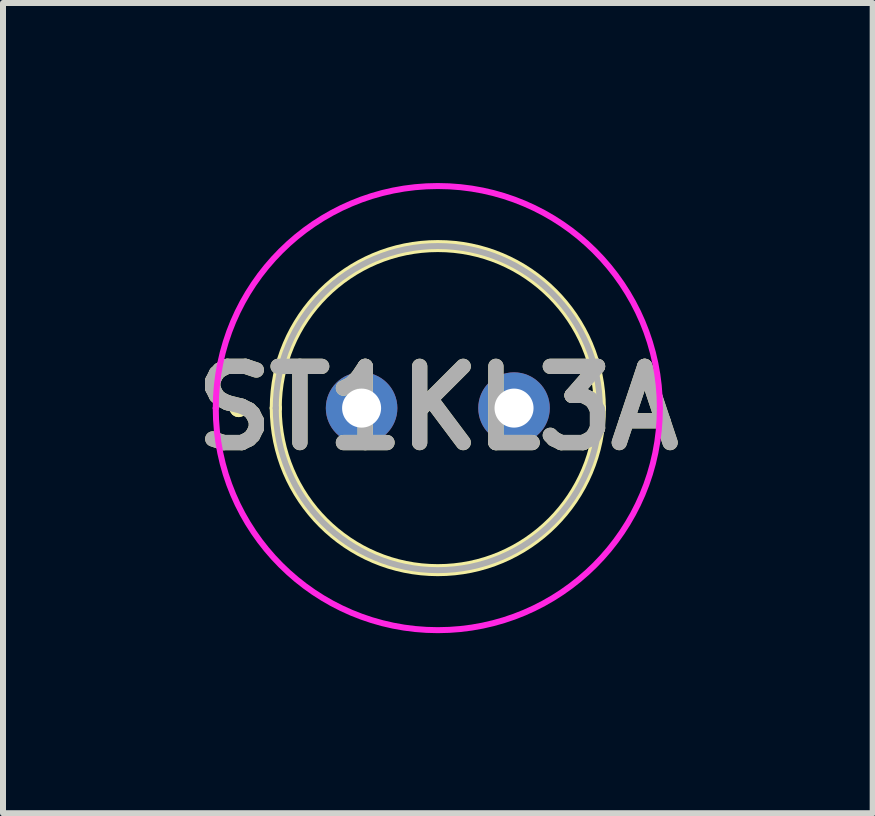
<source format=kicad_pcb>
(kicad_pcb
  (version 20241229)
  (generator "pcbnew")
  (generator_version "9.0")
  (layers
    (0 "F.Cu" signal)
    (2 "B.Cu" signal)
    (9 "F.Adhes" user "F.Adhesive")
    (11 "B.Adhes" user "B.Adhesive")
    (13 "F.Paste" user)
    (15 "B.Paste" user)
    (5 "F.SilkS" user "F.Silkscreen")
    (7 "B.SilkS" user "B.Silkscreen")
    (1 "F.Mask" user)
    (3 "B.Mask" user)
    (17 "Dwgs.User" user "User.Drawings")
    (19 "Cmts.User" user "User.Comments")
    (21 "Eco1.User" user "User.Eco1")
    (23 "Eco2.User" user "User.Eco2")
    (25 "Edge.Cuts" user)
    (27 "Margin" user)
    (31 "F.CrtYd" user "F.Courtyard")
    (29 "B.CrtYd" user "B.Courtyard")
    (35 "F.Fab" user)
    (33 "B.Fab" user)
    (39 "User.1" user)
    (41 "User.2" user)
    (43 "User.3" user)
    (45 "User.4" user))
  (footprint "ST1KL3A"
    (layer "F.Cu")
    (at 2.975 3.75)
    (property "Reference" "ST1KL3A" (at 1.27 0 0) (layer "F.SilkS") (effects (font (size 1.27 1.27) (thickness 0.254))))
    (attr through_hole)
    (fp_line (start -2.1 0) (end -2.1 0) (stroke (width 0.2) (type solid)) (layer "F.SilkS"))
    (fp_line (start -2.1 0) (end -2.1 0) (stroke (width 0.2) (type solid)) (layer "F.SilkS"))
    (fp_line (start -2 0) (end -2 0) (stroke (width 0.2) (type solid)) (layer "F.SilkS"))
    (fp_line (start -1.43 0) (end -1.43 0) (stroke (width 0.2) (type solid)) (layer "F.SilkS"))
    (fp_line (start 3.97 0) (end 3.97 0) (stroke (width 0.2) (type solid)) (layer "F.SilkS"))
    (fp_arc (start -2.1 0) (mid -2.05 -0.05) (end -2 0) (stroke (width 0.2) (type solid)) (layer "F.SilkS"))
    (fp_arc (start -2 0) (mid -2.05 0.05) (end -2.1 0) (stroke (width 0.2) (type solid)) (layer "F.SilkS"))
    (fp_arc (start -2 0) (mid -2.05 0.05) (end -2.1 0) (stroke (width 0.2) (type solid)) (layer "F.SilkS"))
    (fp_arc (start -1.43 0) (mid 1.27 -2.7) (end 3.97 0) (stroke (width 0.2) (type solid)) (layer "F.SilkS"))
    (fp_arc (start 3.97 0) (mid 1.27 2.7) (end -1.43 0) (stroke (width 0.2) (type solid)) (layer "F.SilkS"))
    (fp_line (start -2.43 0) (end -2.43 0) (stroke (width 0.1) (type solid)) (layer "F.CrtYd"))
    (fp_line (start 4.97 0) (end 4.97 0) (stroke (width 0.1) (type solid)) (layer "F.CrtYd"))
    (fp_arc (start -2.43 0) (mid 1.27 -3.7) (end 4.97 0) (stroke (width 0.1) (type solid)) (layer "F.CrtYd"))
    (fp_arc (start 4.97 0) (mid 1.27 3.7) (end -2.43 0) (stroke (width 0.1) (type solid)) (layer "F.CrtYd"))
    (fp_line (start -1.43 0) (end -1.43 0) (stroke (width 0.1) (type solid)) (layer "F.Fab"))
    (fp_line (start 3.97 0) (end 3.97 0) (stroke (width 0.1) (type solid)) (layer "F.Fab"))
    (fp_arc (start -1.43 0) (mid 1.27 -2.7) (end 3.97 0) (stroke (width 0.1) (type solid)) (layer "F.Fab"))
    (fp_arc (start 3.97 0) (mid 1.27 2.7) (end -1.43 0) (stroke (width 0.1) (type solid)) (layer "F.Fab"))
    (fp_text user "${REFERENCE}" (at 1.27 0 0) (layer "F.Fab") (effects (font (size 1.27 1.27) (thickness 0.254))))
    (pad "1" thru_hole circle (at 0 0) (size 1.192 1.192) (drill 0.65) (layers "*.Cu" "*.Mask"))
    (pad "2" thru_hole circle (at 2.54 0) (size 1.192 1.192) (drill 0.65) (layers "*.Cu" "*.Mask")))
  (gr_rect
    (start -3 -3)
    (end 11.491 10.5)
    (stroke (width 0.1) (type default))
    (fill no)
    (layer "Edge.Cuts")))
</source>
